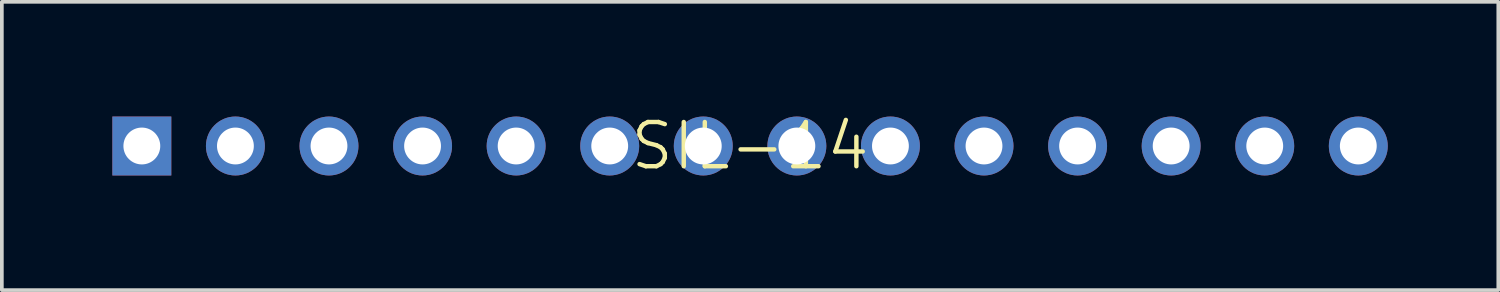
<source format=kicad_pcb>
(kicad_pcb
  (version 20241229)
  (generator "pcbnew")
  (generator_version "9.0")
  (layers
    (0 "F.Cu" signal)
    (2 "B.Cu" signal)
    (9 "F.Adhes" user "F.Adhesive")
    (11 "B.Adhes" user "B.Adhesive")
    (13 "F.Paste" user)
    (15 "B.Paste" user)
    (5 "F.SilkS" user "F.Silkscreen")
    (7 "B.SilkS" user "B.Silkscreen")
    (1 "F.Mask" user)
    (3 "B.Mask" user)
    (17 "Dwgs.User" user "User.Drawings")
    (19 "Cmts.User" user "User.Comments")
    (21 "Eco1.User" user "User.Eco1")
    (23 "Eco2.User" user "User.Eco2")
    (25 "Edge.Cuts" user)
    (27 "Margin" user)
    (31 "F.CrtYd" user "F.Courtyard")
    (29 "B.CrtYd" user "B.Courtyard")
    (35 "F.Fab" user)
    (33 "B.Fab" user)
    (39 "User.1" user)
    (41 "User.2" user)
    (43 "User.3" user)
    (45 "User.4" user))
  (footprint "SIL-14"
    (layer "F.Cu")
    (at 17.31 0.913)
    (property "Reference" "SIL-14" (at 0 0 0) (layer "F.SilkS") (effects (font (size 1.2 1.2) (thickness 0.12))))
    (attr through_hole)
    (pad "1" thru_hole rect (at -16.51 0) (size 1.6 1.6) (drill 1) (layers "*.Cu" "*.Mask"))
    (pad "2" thru_hole circle (at -13.97 0) (size 1.6 1.6) (drill 1) (layers "*.Cu" "*.Mask"))
    (pad "3" thru_hole circle (at -11.43 0) (size 1.6 1.6) (drill 1) (layers "*.Cu" "*.Mask"))
    (pad "4" thru_hole circle (at -8.89 0) (size 1.6 1.6) (drill 1) (layers "*.Cu" "*.Mask"))
    (pad "5" thru_hole circle (at -6.35 0) (size 1.6 1.6) (drill 1) (layers "*.Cu" "*.Mask"))
    (pad "6" thru_hole circle (at -3.81 0) (size 1.6 1.6) (drill 1) (layers "*.Cu" "*.Mask"))
    (pad "7" thru_hole circle (at -1.27 0) (size 1.6 1.6) (drill 1) (layers "*.Cu" "*.Mask"))
    (pad "8" thru_hole circle (at 1.27 0) (size 1.6 1.6) (drill 1) (layers "*.Cu" "*.Mask"))
    (pad "9" thru_hole circle (at 3.81 0) (size 1.6 1.6) (drill 1) (layers "*.Cu" "*.Mask"))
    (pad "10" thru_hole circle (at 6.35 0) (size 1.6 1.6) (drill 1) (layers "*.Cu" "*.Mask"))
    (pad "11" thru_hole circle (at 8.89 0) (size 1.6 1.6) (drill 1) (layers "*.Cu" "*.Mask"))
    (pad "12" thru_hole circle (at 11.43 0) (size 1.6 1.6) (drill 1) (layers "*.Cu" "*.Mask"))
    (pad "13" thru_hole circle (at 13.97 0) (size 1.6 1.6) (drill 1) (layers "*.Cu" "*.Mask"))
    (pad "14" thru_hole circle (at 16.51 0) (size 1.6 1.6) (drill 1) (layers "*.Cu" "*.Mask")))
  (gr_rect
    (start -3 -3)
    (end 37.62 4.825)
    (stroke (width 0.1) (type default))
    (fill no)
    (layer "Edge.Cuts")))
</source>
